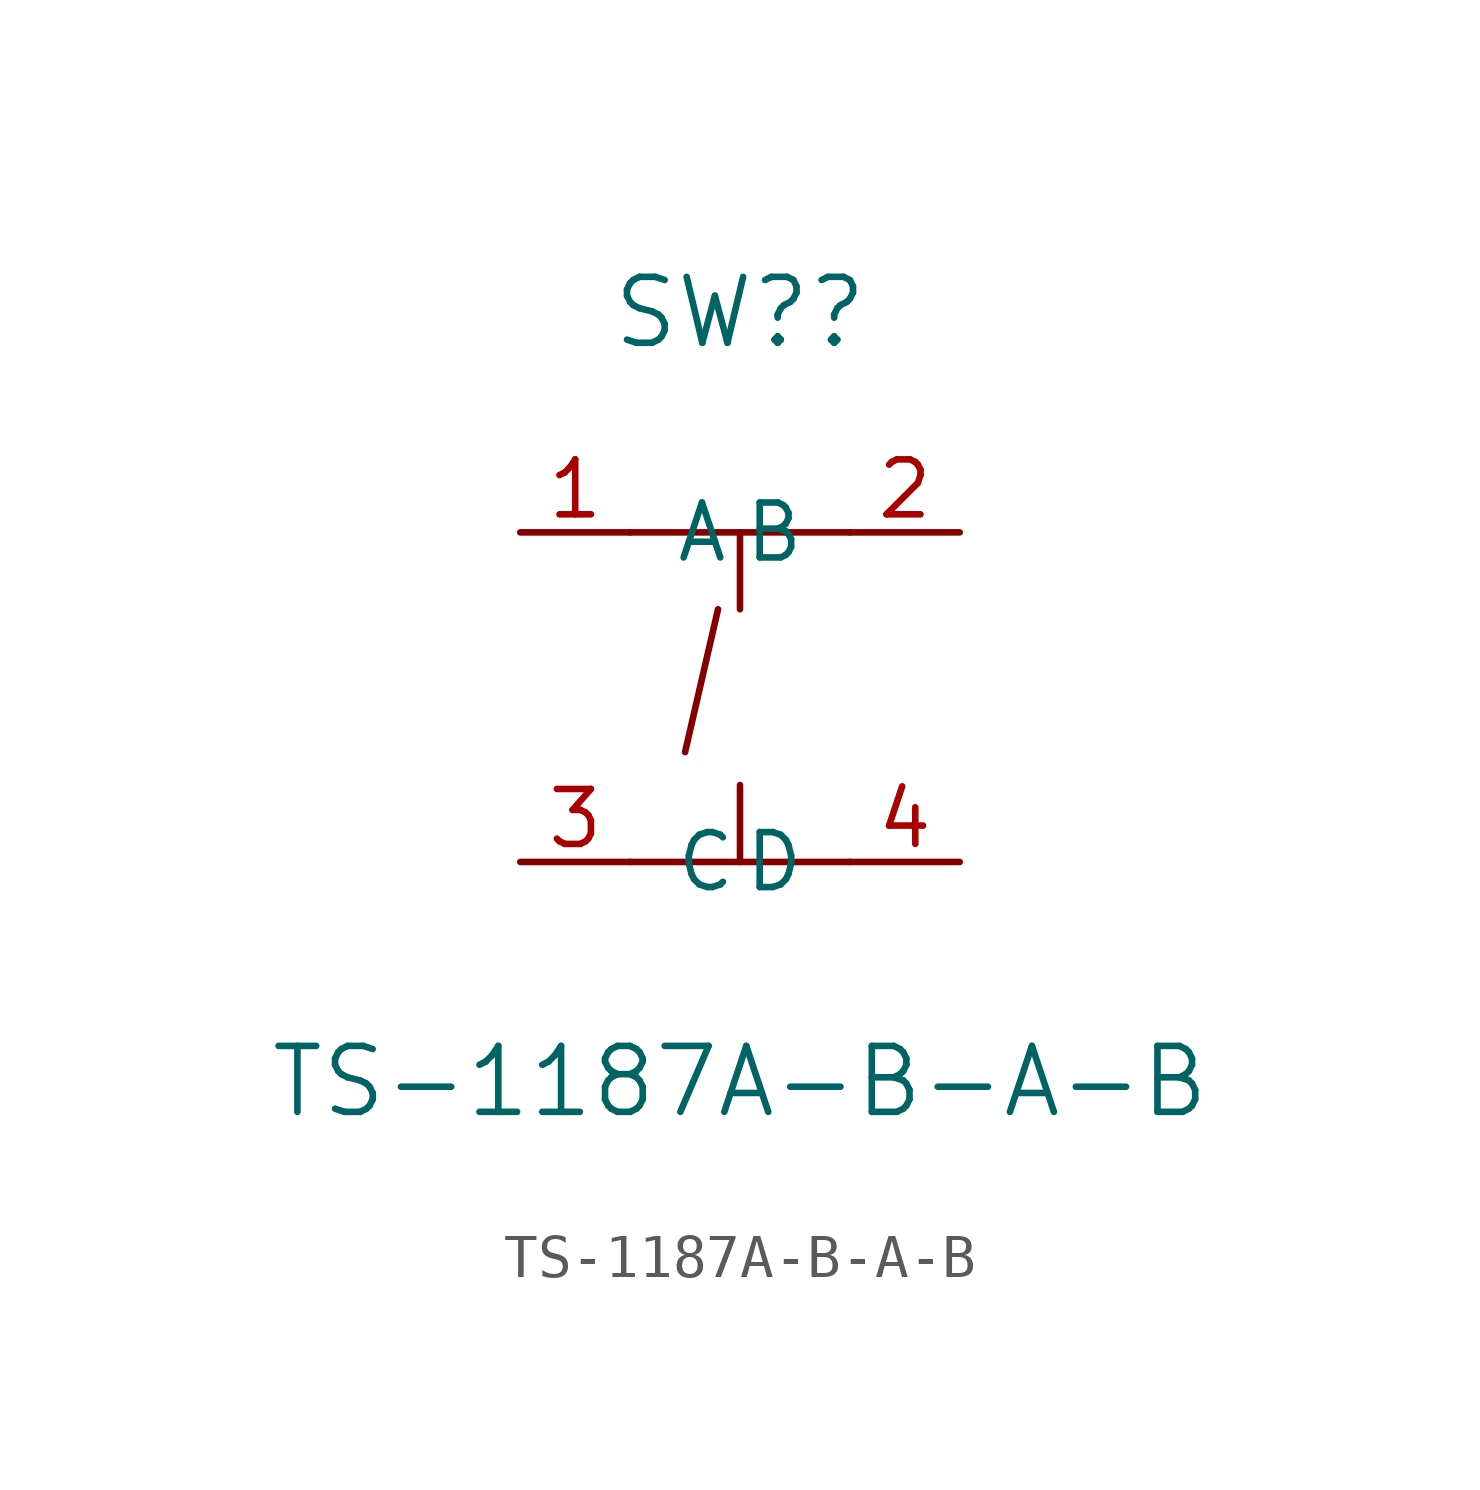
<source format=kicad_sym>
(kicad_symbol_lib
  (version 20211014)
  (generator kicad_symbol_editor)
  (symbol "TS-1187A-B-A-B"
    (pin_names
      (offset 1.016))
    (property "Reference" "SW?"
      (at 0 7.62 0)
      (effects (font (size 1.524 1.524))))
    (property "Value" "TS-1187A-B-A-B"
      (at 0 -10.16 0)
      (effects (font (size 1.524 1.524))))
    (property "ki_locked" ""
      (at 0 0 0)
      (effects (font (size 1.27 1.27))))
    (symbol "TS-1187A-B-A-B_1_1"
      (polyline (pts (xy -2.54 -5.08) (xy 2.54 -5.08)) (stroke (width 0) (type default) (color 0 0 0 0)) (fill (type none)))
      (polyline (pts (xy -2.54 2.54) (xy 2.54 2.54)) (stroke (width 0) (type default) (color 0 0 0 0)) (fill (type none)))
      (polyline (pts (xy -0.508 0.762) (xy -1.27 -2.54)) (stroke (width 0) (type default) (color 0 0 0 0)) (fill (type none)))
      (polyline (pts (xy 0 -3.302) (xy 0 -5.08)) (stroke (width 0) (type default) (color 0 0 0 0)) (fill (type none)))
      (polyline (pts (xy 0 0.762) (xy 0 2.54)) (stroke (width 0) (type default) (color 0 0 0 0)) (fill (type none)))
      (pin unspecified line (at -5.08 2.54 0) (length 2.54) (name "A" (effects (font (size 1.27 1.27)))) (number "1" (effects (font (size 1.27 1.27)))))
      (pin unspecified line (at 5.08 2.54 180) (length 2.54) (name "B" (effects (font (size 1.27 1.27)))) (number "2" (effects (font (size 1.27 1.27)))))
      (pin unspecified line (at -5.08 -5.08 0) (length 2.54) (name "C" (effects (font (size 1.27 1.27)))) (number "3" (effects (font (size 1.27 1.27)))))
      (pin unspecified line (at 5.08 -5.08 180) (length 2.54) (name "D" (effects (font (size 1.27 1.27)))) (number "4" (effects (font (size 1.27 1.27))))))))
</source>
